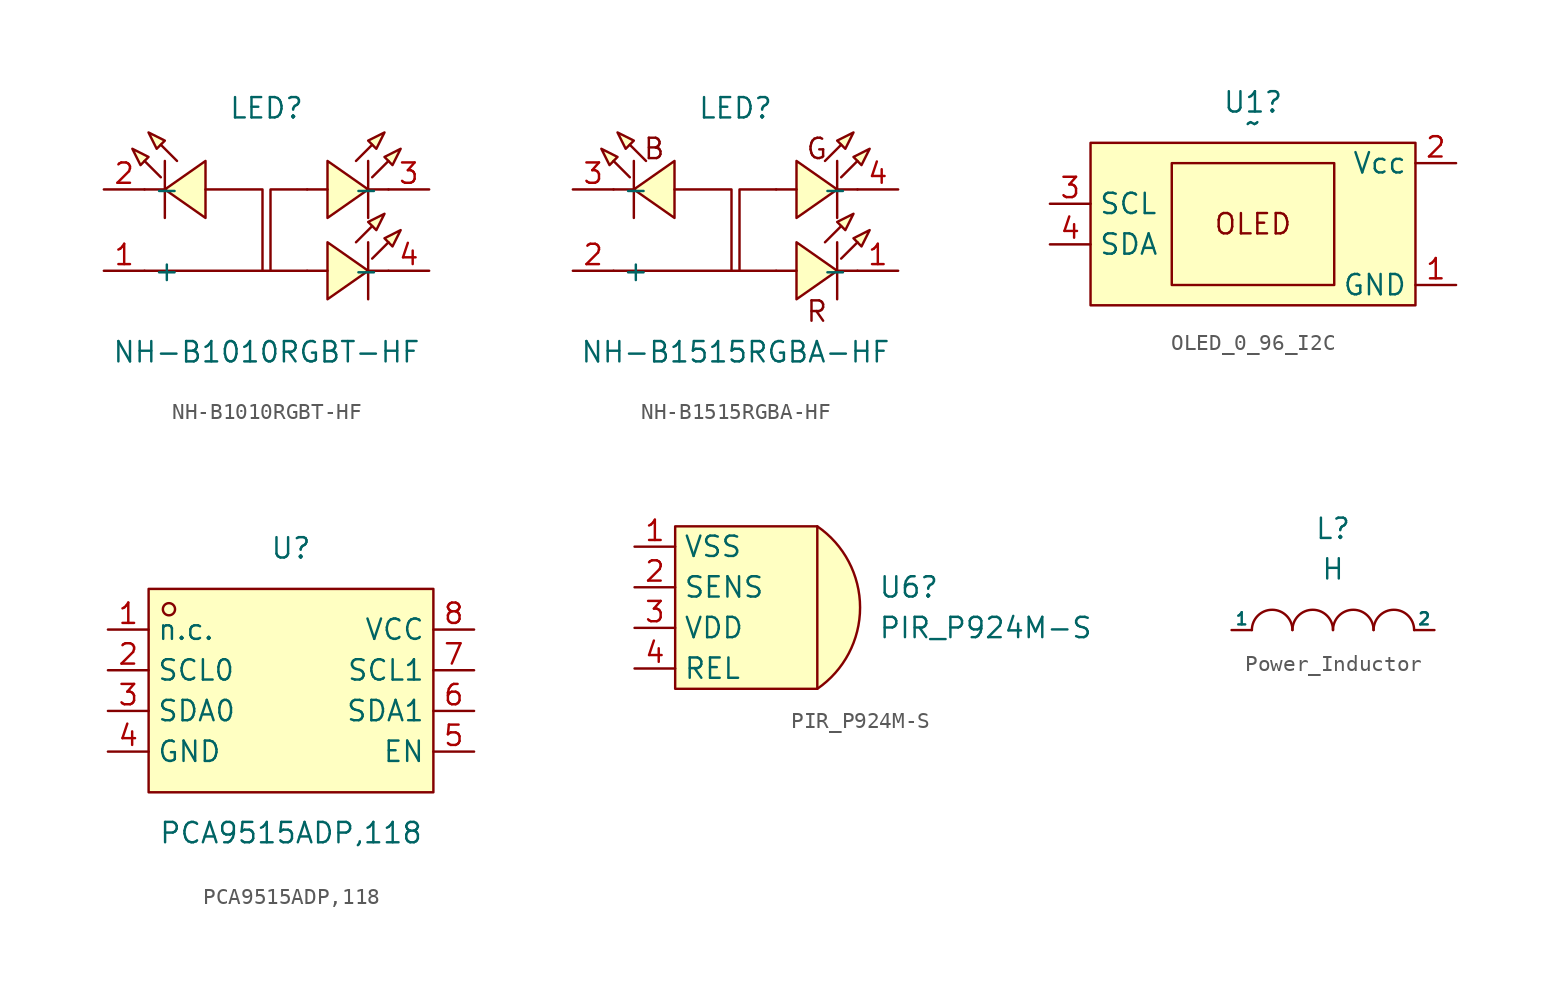
<source format=kicad_sym>
(kicad_symbol_lib
  (version 20231120)
  (generator "kicad_symbol_editor")
  (generator_version "8.0")
  (symbol "NH-B1010RGBT-HF"
    (property "Reference" "LED"
      (at 0 7.62 0)
      (effects (font (size 1.27 1.27))))
    (property "Value" "NH-B1010RGBT-HF"
      (at 0 -7.62 0)
      (effects (font (size 1.27 1.27))))
    (symbol "NH-B1010RGBT-HF_0_1"
      (polyline (pts (xy -6.35 2.54) (xy -7.62 2.54)) (stroke (width 0) (type default)) (fill (type none)))
      (polyline (pts (xy -6.35 4.32) (xy -6.35 0.76)) (stroke (width 0) (type default)) (fill (type none)))
      (polyline (pts (xy 2.54 -2.54) (xy -7.62 -2.54)) (stroke (width 0) (type default)) (fill (type none)))
      (polyline (pts (xy 2.54 -2.54) (xy 3.81 -2.54)) (stroke (width 0) (type default)) (fill (type none)))
      (polyline (pts (xy 2.54 2.54) (xy 3.81 2.54)) (stroke (width 0) (type default)) (fill (type none)))
      (polyline (pts (xy 6.35 -2.54) (xy 7.62 -2.54)) (stroke (width 0) (type default)) (fill (type none)))
      (polyline (pts (xy 6.35 -0.76) (xy 6.35 -4.32)) (stroke (width 0) (type default)) (fill (type none)))
      (polyline (pts (xy 6.35 2.54) (xy 7.62 2.54)) (stroke (width 0) (type default)) (fill (type none)))
      (polyline (pts (xy 6.35 4.32) (xy 6.35 0.76)) (stroke (width 0) (type default)) (fill (type none)))
      (polyline (pts (xy -6.6 3.3) (xy -7.62 4.32) (xy -6.6 3.3)) (stroke (width 0) (type default)) (fill (type background)))
      (polyline (pts (xy -5.59 4.32) (xy -6.6 5.33) (xy -5.59 4.32)) (stroke (width 0) (type default)) (fill (type background)))
      (polyline (pts (xy -0.25 -2.54) (xy -0.25 2.54) (xy -3.81 2.54)) (stroke (width 0) (type default)) (fill (type none)))
      (polyline (pts (xy 0.25 -2.54) (xy 0.25 2.54) (xy 2.54 2.54)) (stroke (width 0) (type default)) (fill (type none)))
      (polyline (pts (xy 5.59 -0.76) (xy 6.6 0.25) (xy 5.59 -0.76)) (stroke (width 0) (type default)) (fill (type background)))
      (polyline (pts (xy 5.59 4.32) (xy 6.6 5.33) (xy 5.59 4.32)) (stroke (width 0) (type default)) (fill (type background)))
      (polyline (pts (xy 6.6 -1.78) (xy 7.62 -0.76) (xy 6.6 -1.78)) (stroke (width 0) (type default)) (fill (type background)))
      (polyline (pts (xy 6.6 3.3) (xy 7.62 4.32) (xy 6.6 3.3)) (stroke (width 0) (type default)) (fill (type background)))
      (polyline (pts (xy -8.38 5.08) (xy -7.37 4.57) (xy -7.87 4.06) (xy -8.38 5.08)) (stroke (width 0) (type default)) (fill (type background)))
      (polyline (pts (xy -7.37 6.1) (xy -6.35 5.59) (xy -6.86 5.08) (xy -7.37 6.1)) (stroke (width 0) (type default)) (fill (type background)))
      (polyline (pts (xy -3.81 4.32) (xy -6.35 2.54) (xy -3.81 0.76) (xy -3.81 4.32)) (stroke (width 0) (type default)) (fill (type background)))
      (polyline (pts (xy 3.81 -0.76) (xy 6.35 -2.54) (xy 3.81 -4.32) (xy 3.81 -0.76)) (stroke (width 0) (type default)) (fill (type background)))
      (polyline (pts (xy 3.81 4.32) (xy 6.35 2.54) (xy 3.81 0.76) (xy 3.81 4.32)) (stroke (width 0) (type default)) (fill (type background)))
      (polyline (pts (xy 7.37 1.02) (xy 6.35 0.51) (xy 6.86 0) (xy 7.37 1.02)) (stroke (width 0) (type default)) (fill (type background)))
      (polyline (pts (xy 7.37 6.1) (xy 6.35 5.59) (xy 6.86 5.08) (xy 7.37 6.1)) (stroke (width 0) (type default)) (fill (type background)))
      (polyline (pts (xy 8.38 0) (xy 7.37 -0.51) (xy 7.87 -1.02) (xy 8.38 0)) (stroke (width 0) (type default)) (fill (type background)))
      (polyline (pts (xy 8.38 5.08) (xy 7.37 4.57) (xy 7.87 4.06) (xy 8.38 5.08)) (stroke (width 0) (type default)) (fill (type background)))
      (pin unspecified line (at -10.16 -2.54 0) (length 2.54) (name "+" (effects (font (size 1.27 1.27)))) (number "1" (effects (font (size 1.27 1.27)))))
      (pin unspecified line (at -10.16 2.54 0) (length 2.54) (name "-" (effects (font (size 1.27 1.27)))) (number "2" (effects (font (size 1.27 1.27)))))
      (pin unspecified line (at 10.16 2.54 180) (length 2.54) (name "-" (effects (font (size 1.27 1.27)))) (number "3" (effects (font (size 1.27 1.27)))))
      (pin unspecified line (at 10.16 -2.54 180) (length 2.54) (name "-" (effects (font (size 1.27 1.27)))) (number "4" (effects (font (size 1.27 1.27)))))))
  (symbol "NH-B1515RGBA-HF"
    (property "Reference" "LED"
      (at 0 7.62 0)
      (effects (font (size 1.27 1.27))))
    (property "Value" "NH-B1515RGBA-HF"
      (at 0 -7.62 0)
      (effects (font (size 1.27 1.27))))
    (symbol "NH-B1515RGBA-HF_0_1"
      (polyline (pts (xy -6.35 2.54) (xy -7.62 2.54)) (stroke (width 0) (type default)) (fill (type none)))
      (polyline (pts (xy -6.35 4.32) (xy -6.35 0.76)) (stroke (width 0) (type default)) (fill (type none)))
      (polyline (pts (xy 2.54 -2.54) (xy -7.62 -2.54)) (stroke (width 0) (type default)) (fill (type none)))
      (polyline (pts (xy 2.54 -2.54) (xy 3.81 -2.54)) (stroke (width 0) (type default)) (fill (type none)))
      (polyline (pts (xy 2.54 2.54) (xy 3.81 2.54)) (stroke (width 0) (type default)) (fill (type none)))
      (polyline (pts (xy 6.35 -2.54) (xy 7.62 -2.54)) (stroke (width 0) (type default)) (fill (type none)))
      (polyline (pts (xy 6.35 -0.76) (xy 6.35 -4.32)) (stroke (width 0) (type default)) (fill (type none)))
      (polyline (pts (xy 6.35 2.54) (xy 7.62 2.54)) (stroke (width 0) (type default)) (fill (type none)))
      (polyline (pts (xy 6.35 4.32) (xy 6.35 0.76)) (stroke (width 0) (type default)) (fill (type none)))
      (polyline (pts (xy -6.6 3.3) (xy -7.62 4.32) (xy -6.6 3.3)) (stroke (width 0) (type default)) (fill (type background)))
      (polyline (pts (xy -5.59 4.32) (xy -6.6 5.33) (xy -5.59 4.32)) (stroke (width 0) (type default)) (fill (type background)))
      (polyline (pts (xy -0.25 -2.54) (xy -0.25 2.54) (xy -3.81 2.54)) (stroke (width 0) (type default)) (fill (type none)))
      (polyline (pts (xy 0.25 -2.54) (xy 0.25 2.54) (xy 2.54 2.54)) (stroke (width 0) (type default)) (fill (type none)))
      (polyline (pts (xy 5.59 -0.76) (xy 6.6 0.25) (xy 5.59 -0.76)) (stroke (width 0) (type default)) (fill (type background)))
      (polyline (pts (xy 5.59 4.32) (xy 6.6 5.33) (xy 5.59 4.32)) (stroke (width 0) (type default)) (fill (type background)))
      (polyline (pts (xy 6.6 -1.78) (xy 7.62 -0.76) (xy 6.6 -1.78)) (stroke (width 0) (type default)) (fill (type background)))
      (polyline (pts (xy 6.6 3.3) (xy 7.62 4.32) (xy 6.6 3.3)) (stroke (width 0) (type default)) (fill (type background)))
      (polyline (pts (xy -8.38 5.08) (xy -7.37 4.57) (xy -7.87 4.06) (xy -8.38 5.08)) (stroke (width 0) (type default)) (fill (type background)))
      (polyline (pts (xy -7.37 6.1) (xy -6.35 5.59) (xy -6.86 5.08) (xy -7.37 6.1)) (stroke (width 0) (type default)) (fill (type background)))
      (polyline (pts (xy -3.81 4.32) (xy -6.35 2.54) (xy -3.81 0.76) (xy -3.81 4.32)) (stroke (width 0) (type default)) (fill (type background)))
      (polyline (pts (xy 3.81 -0.76) (xy 6.35 -2.54) (xy 3.81 -4.32) (xy 3.81 -0.76)) (stroke (width 0) (type default)) (fill (type background)))
      (polyline (pts (xy 3.81 4.32) (xy 6.35 2.54) (xy 3.81 0.76) (xy 3.81 4.32)) (stroke (width 0) (type default)) (fill (type background)))
      (polyline (pts (xy 7.37 1.02) (xy 6.35 0.51) (xy 6.86 0) (xy 7.37 1.02)) (stroke (width 0) (type default)) (fill (type background)))
      (polyline (pts (xy 7.37 6.1) (xy 6.35 5.59) (xy 6.86 5.08) (xy 7.37 6.1)) (stroke (width 0) (type default)) (fill (type background)))
      (polyline (pts (xy 8.38 0) (xy 7.37 -0.51) (xy 7.87 -1.02) (xy 8.38 0)) (stroke (width 0) (type default)) (fill (type background)))
      (polyline (pts (xy 8.38 5.08) (xy 7.37 4.57) (xy 7.87 4.06) (xy 8.38 5.08)) (stroke (width 0) (type default)) (fill (type background)))
      (pin unspecified line (at 10.16 -2.54 180) (length 2.54) (name "-" (effects (font (size 1.27 1.27)))) (number "1" (effects (font (size 1.27 1.27)))))
      (pin unspecified line (at -10.16 -2.54 0) (length 2.54) (name "+" (effects (font (size 1.27 1.27)))) (number "2" (effects (font (size 1.27 1.27)))))
      (pin unspecified line (at -10.16 2.54 0) (length 2.54) (name "-" (effects (font (size 1.27 1.27)))) (number "3" (effects (font (size 1.27 1.27)))))
      (pin unspecified line (at 10.16 2.54 180) (length 2.54) (name "-" (effects (font (size 1.27 1.27)))) (number "4" (effects (font (size 1.27 1.27))))))
    (symbol "NH-B1515RGBA-HF_1_1"
      (text "B" (at -5.08 5.08 0) (effects (font (size 1.27 1.27))))
      (text "G" (at 5.08 5.08 0) (effects (font (size 1.27 1.27))))
      (text "R" (at 5.08 -5.08 0) (effects (font (size 1.27 1.27))))))
  (symbol "OLED_0_96_I2C"
    (property "Reference" "U1"
      (at 0 1.27 0)
      (effects (font (size 1.27 1.27))))
    (property "Value" "~"
      (at 0 0 0)
      (effects (font (size 1.27 1.27))))
    (symbol "OLED_0_96_I2C_1_1"
      (rectangle (start -10.16 -1.27) (end 10.16 -11.43) (stroke (width 0) (type default)) (fill (type background)))
      (rectangle (start -5.08 -2.54) (end 5.08 -10.16) (stroke (width 0) (type default)) (fill (type none)))
      (text "OLED" (at 0 -6.35 0) (effects (font (size 1.27 1.27))))
      (pin input line (at 12.7 -10.16 180) (length 2.54) (name "GND" (effects (font (size 1.27 1.27)))) (number "1" (effects (font (size 1.27 1.27)))))
      (pin input line (at 12.7 -2.54 180) (length 2.54) (name "Vcc" (effects (font (size 1.27 1.27)))) (number "2" (effects (font (size 1.27 1.27)))))
      (pin input line (at -12.7 -5.08 0) (length 2.54) (name "SCL" (effects (font (size 1.27 1.27)))) (number "3" (effects (font (size 1.27 1.27)))))
      (pin input line (at -12.7 -7.62 0) (length 2.54) (name "SDA" (effects (font (size 1.27 1.27)))) (number "4" (effects (font (size 1.27 1.27)))))))
  (symbol "PCA9515ADP,118"
    (property "Reference" "U"
      (at 0 8.89 0)
      (effects (font (size 1.27 1.27))))
    (property "Value" "PCA9515ADP,118"
      (at 0 -8.89 0)
      (effects (font (size 1.27 1.27))))
    (symbol "PCA9515ADP,118_0_1"
      (rectangle (start -8.89 6.35) (end 8.89 -6.35) (stroke (width 0) (type default)) (fill (type background)))
      (circle (center -7.62 5.08) (radius 0.38) (stroke (width 0) (type default)) (fill (type none)))
      (pin unspecified line (at -11.43 3.81 0) (length 2.54) (name "n.c." (effects (font (size 1.27 1.27)))) (number "1" (effects (font (size 1.27 1.27)))))
      (pin unspecified line (at -11.43 1.27 0) (length 2.54) (name "SCL0" (effects (font (size 1.27 1.27)))) (number "2" (effects (font (size 1.27 1.27)))))
      (pin unspecified line (at -11.43 -1.27 0) (length 2.54) (name "SDA0" (effects (font (size 1.27 1.27)))) (number "3" (effects (font (size 1.27 1.27)))))
      (pin unspecified line (at -11.43 -3.81 0) (length 2.54) (name "GND" (effects (font (size 1.27 1.27)))) (number "4" (effects (font (size 1.27 1.27)))))
      (pin unspecified line (at 11.43 -3.81 180) (length 2.54) (name "EN" (effects (font (size 1.27 1.27)))) (number "5" (effects (font (size 1.27 1.27)))))
      (pin unspecified line (at 11.43 -1.27 180) (length 2.54) (name "SDA1" (effects (font (size 1.27 1.27)))) (number "6" (effects (font (size 1.27 1.27)))))
      (pin unspecified line (at 11.43 1.27 180) (length 2.54) (name "SCL1" (effects (font (size 1.27 1.27)))) (number "7" (effects (font (size 1.27 1.27)))))
      (pin unspecified line (at 11.43 3.81 180) (length 2.54) (name "VCC" (effects (font (size 1.27 1.27)))) (number "8" (effects (font (size 1.27 1.27)))))))
  (symbol "PIR_P924M-S"
    (property "Reference" "U6"
      (at 3.81 1.27 0)
      (effects (font (size 1.27 1.27)) (justify left)))
    (property "Value" "PIR_P924M-S"
      (at 3.81 -1.27 0)
      (effects (font (size 1.27 1.27)) (justify left)))
    (symbol "PIR_P924M-S_0_1"
      (rectangle (start -8.89 5.08) (end 0 -5.08) (stroke (width 0) (type default)) (fill (type background)))
      (arc (start 0 -5.08) (mid 2.6748 0) (end 0 5.08) (stroke (width 0) (type default)) (fill (type background))))
    (symbol "PIR_P924M-S_1_1"
      (pin input line (at -11.43 3.81 0) (length 2.54) (name "VSS" (effects (font (size 1.27 1.27)))) (number "1" (effects (font (size 1.27 1.27)))))
      (pin input line (at -11.43 1.27 0) (length 2.54) (name "SENS" (effects (font (size 1.27 1.27)))) (number "2" (effects (font (size 1.27 1.27)))))
      (pin input line (at -11.43 -1.27 0) (length 2.54) (name "VDD" (effects (font (size 1.27 1.27)))) (number "3" (effects (font (size 1.27 1.27)))))
      (pin input line (at -11.43 -3.81 0) (length 2.54) (name "REL" (effects (font (size 1.27 1.27)))) (number "4" (effects (font (size 1.27 1.27)))))))
  (symbol "Power_Inductor"
    (pin_numbers hide)
    (pin_names
      (offset 0))
    (property "Reference" "L"
      (at 0 6.35 0)
      (effects (font (size 1.27 1.27))))
    (property "Value" "H"
      (at 0 3.81 0)
      (effects (font (size 1.27 1.27))))
    (symbol "Power_Inductor_0_1"
      (arc (start -2.54 0) (mid -3.81 1.2645) (end -5.08 0) (stroke (width 0) (type default)) (fill (type none)))
      (arc (start 0 0) (mid -1.27 1.2645) (end -2.54 0) (stroke (width 0) (type default)) (fill (type none)))
      (arc (start 2.54 0) (mid 1.27 1.2645) (end 0 0) (stroke (width 0) (type default)) (fill (type none)))
      (arc (start 5.08 0) (mid 3.81 1.2645) (end 2.54 0) (stroke (width 0) (type default)) (fill (type none))))
    (symbol "Power_Inductor_1_1"
      (pin power_in line (at -6.35 0 0) (length 1.27) (name "1" (effects (font (size 0.762 0.762)))) (number "1" (effects (font (size 0.762 0.762)))))
      (pin power_out line (at 6.35 0 180) (length 1.27) (name "2" (effects (font (size 0.762 0.762)))) (number "2" (effects (font (size 0.762 0.762))))))))
</source>
